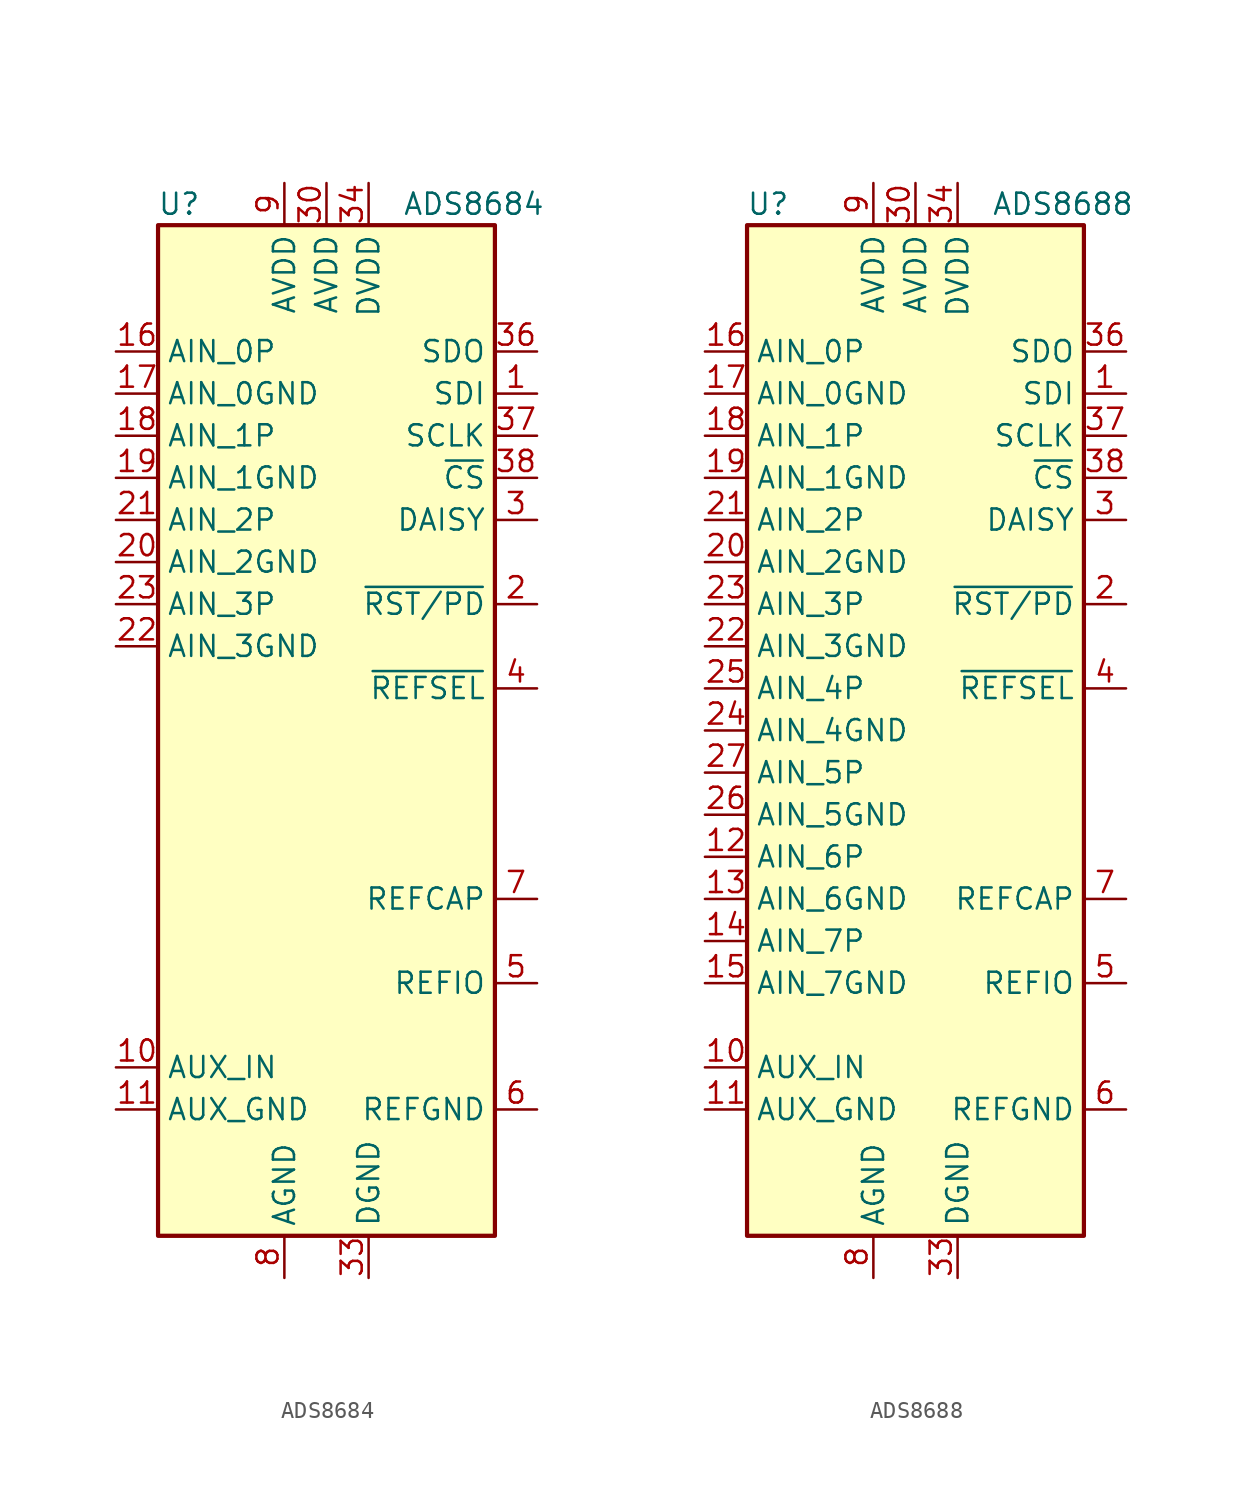
<source format=kicad_sym>
(kicad_symbol_lib
  (version 20200908)
  (generator kicad_symbol_editor)
  (symbol "Analog_ADC:ADS8684"
    (property "Reference" "U"
      (at -8.89 31.75 0)
      (effects (font (size 1.27 1.27))))
    (property "Value" "ADS8684"
      (at 8.89 31.75 0)
      (effects (font (size 1.27 1.27))))
    (symbol "ADS8684_0_1"
      (rectangle (start -10.16 30.48) (end 10.16 -30.48) (stroke (width 0.254)) (fill (type background))))
    (symbol "ADS8684_1_1"
      (pin input line (at 12.7 20.32 180) (length 2.54) (name "SDI" (effects (font (size 1.27 1.27)))) (number "1" (effects (font (size 1.27 1.27)))))
      (pin input line (at -12.7 -20.32 0) (length 2.54) (name "AUX_IN" (effects (font (size 1.27 1.27)))) (number "10" (effects (font (size 1.27 1.27)))))
      (pin input line (at -12.7 -22.86 0) (length 2.54) (name "AUX_GND" (effects (font (size 1.27 1.27)))) (number "11" (effects (font (size 1.27 1.27)))))
      (pin unconnected line (at -10.16 -7.62 0) (length 2.54) hide (name "NC" (effects (font (size 1.27 1.27)))) (number "12" (effects (font (size 1.27 1.27)))))
      (pin unconnected line (at -10.16 -10.16 0) (length 2.54) hide (name "NC" (effects (font (size 1.27 1.27)))) (number "13" (effects (font (size 1.27 1.27)))))
      (pin unconnected line (at -10.16 -12.7 0) (length 2.54) hide (name "NC" (effects (font (size 1.27 1.27)))) (number "14" (effects (font (size 1.27 1.27)))))
      (pin unconnected line (at -10.16 -15.24 0) (length 2.54) hide (name "NC" (effects (font (size 1.27 1.27)))) (number "15" (effects (font (size 1.27 1.27)))))
      (pin input line (at -12.7 22.86 0) (length 2.54) (name "AIN_0P" (effects (font (size 1.27 1.27)))) (number "16" (effects (font (size 1.27 1.27)))))
      (pin input line (at -12.7 20.32 0) (length 2.54) (name "AIN_0GND" (effects (font (size 1.27 1.27)))) (number "17" (effects (font (size 1.27 1.27)))))
      (pin input line (at -12.7 17.78 0) (length 2.54) (name "AIN_1P" (effects (font (size 1.27 1.27)))) (number "18" (effects (font (size 1.27 1.27)))))
      (pin input line (at -12.7 15.24 0) (length 2.54) (name "AIN_1GND" (effects (font (size 1.27 1.27)))) (number "19" (effects (font (size 1.27 1.27)))))
      (pin input line (at 12.7 7.62 180) (length 2.54) (name "~RST/PD" (effects (font (size 1.27 1.27)))) (number "2" (effects (font (size 1.27 1.27)))))
      (pin input line (at -12.7 10.16 0) (length 2.54) (name "AIN_2GND" (effects (font (size 1.27 1.27)))) (number "20" (effects (font (size 1.27 1.27)))))
      (pin input line (at -12.7 12.7 0) (length 2.54) (name "AIN_2P" (effects (font (size 1.27 1.27)))) (number "21" (effects (font (size 1.27 1.27)))))
      (pin input line (at -12.7 5.08 0) (length 2.54) (name "AIN_3GND" (effects (font (size 1.27 1.27)))) (number "22" (effects (font (size 1.27 1.27)))))
      (pin input line (at -12.7 7.62 0) (length 2.54) (name "AIN_3P" (effects (font (size 1.27 1.27)))) (number "23" (effects (font (size 1.27 1.27)))))
      (pin unconnected line (at -10.16 0 0) (length 2.54) hide (name "NC" (effects (font (size 1.27 1.27)))) (number "24" (effects (font (size 1.27 1.27)))))
      (pin unconnected line (at -10.16 2.54 0) (length 2.54) hide (name "NC" (effects (font (size 1.27 1.27)))) (number "25" (effects (font (size 1.27 1.27)))))
      (pin unconnected line (at -10.16 -5.08 0) (length 2.54) hide (name "NC" (effects (font (size 1.27 1.27)))) (number "26" (effects (font (size 1.27 1.27)))))
      (pin unconnected line (at -10.16 -2.54 0) (length 2.54) hide (name "NC" (effects (font (size 1.27 1.27)))) (number "27" (effects (font (size 1.27 1.27)))))
      (pin passive line (at -2.54 -33.02 90) (length 2.54) hide (name "AGND" (effects (font (size 1.27 1.27)))) (number "28" (effects (font (size 1.27 1.27)))))
      (pin passive line (at -2.54 -33.02 90) (length 2.54) hide (name "AGND" (effects (font (size 1.27 1.27)))) (number "29" (effects (font (size 1.27 1.27)))))
      (pin input line (at 12.7 12.7 180) (length 2.54) (name "DAISY" (effects (font (size 1.27 1.27)))) (number "3" (effects (font (size 1.27 1.27)))))
      (pin power_in line (at 0 33.02 270) (length 2.54) (name "AVDD" (effects (font (size 1.27 1.27)))) (number "30" (effects (font (size 1.27 1.27)))))
      (pin passive line (at -2.54 -33.02 90) (length 2.54) hide (name "AGND" (effects (font (size 1.27 1.27)))) (number "31" (effects (font (size 1.27 1.27)))))
      (pin passive line (at -2.54 -33.02 90) (length 2.54) hide (name "AGND" (effects (font (size 1.27 1.27)))) (number "32" (effects (font (size 1.27 1.27)))))
      (pin power_in line (at 2.54 -33.02 90) (length 2.54) (name "DGND" (effects (font (size 1.27 1.27)))) (number "33" (effects (font (size 1.27 1.27)))))
      (pin power_in line (at 2.54 33.02 270) (length 2.54) (name "DVDD" (effects (font (size 1.27 1.27)))) (number "34" (effects (font (size 1.27 1.27)))))
      (pin unconnected line (at 10.16 -5.08 180) (length 2.54) hide (name "DNC" (effects (font (size 1.27 1.27)))) (number "35" (effects (font (size 1.27 1.27)))))
      (pin output line (at 12.7 22.86 180) (length 2.54) (name "SDO" (effects (font (size 1.27 1.27)))) (number "36" (effects (font (size 1.27 1.27)))))
      (pin input line (at 12.7 17.78 180) (length 2.54) (name "SCLK" (effects (font (size 1.27 1.27)))) (number "37" (effects (font (size 1.27 1.27)))))
      (pin input line (at 12.7 15.24 180) (length 2.54) (name "~CS" (effects (font (size 1.27 1.27)))) (number "38" (effects (font (size 1.27 1.27)))))
      (pin input line (at 12.7 2.54 180) (length 2.54) (name "~REFSEL" (effects (font (size 1.27 1.27)))) (number "4" (effects (font (size 1.27 1.27)))))
      (pin passive line (at 12.7 -15.24 180) (length 2.54) (name "REFIO" (effects (font (size 1.27 1.27)))) (number "5" (effects (font (size 1.27 1.27)))))
      (pin power_in line (at 12.7 -22.86 180) (length 2.54) (name "REFGND" (effects (font (size 1.27 1.27)))) (number "6" (effects (font (size 1.27 1.27)))))
      (pin passive line (at 12.7 -10.16 180) (length 2.54) (name "REFCAP" (effects (font (size 1.27 1.27)))) (number "7" (effects (font (size 1.27 1.27)))))
      (pin power_in line (at -2.54 -33.02 90) (length 2.54) (name "AGND" (effects (font (size 1.27 1.27)))) (number "8" (effects (font (size 1.27 1.27)))))
      (pin power_in line (at -2.54 33.02 270) (length 2.54) (name "AVDD" (effects (font (size 1.27 1.27)))) (number "9" (effects (font (size 1.27 1.27)))))))
  (symbol "Analog_ADC:ADS8688"
    (property "Reference" "U"
      (at -8.89 31.75 0)
      (effects (font (size 1.27 1.27))))
    (property "Value" "ADS8688"
      (at 8.89 31.75 0)
      (effects (font (size 1.27 1.27))))
    (symbol "ADS8688_0_1"
      (rectangle (start -10.16 30.48) (end 10.16 -30.48) (stroke (width 0.254)) (fill (type background))))
    (symbol "ADS8688_1_1"
      (pin input line (at 12.7 20.32 180) (length 2.54) (name "SDI" (effects (font (size 1.27 1.27)))) (number "1" (effects (font (size 1.27 1.27)))))
      (pin input line (at -12.7 -20.32 0) (length 2.54) (name "AUX_IN" (effects (font (size 1.27 1.27)))) (number "10" (effects (font (size 1.27 1.27)))))
      (pin input line (at -12.7 -22.86 0) (length 2.54) (name "AUX_GND" (effects (font (size 1.27 1.27)))) (number "11" (effects (font (size 1.27 1.27)))))
      (pin input line (at -12.7 -7.62 0) (length 2.54) (name "AIN_6P" (effects (font (size 1.27 1.27)))) (number "12" (effects (font (size 1.27 1.27)))))
      (pin input line (at -12.7 -10.16 0) (length 2.54) (name "AIN_6GND" (effects (font (size 1.27 1.27)))) (number "13" (effects (font (size 1.27 1.27)))))
      (pin input line (at -12.7 -12.7 0) (length 2.54) (name "AIN_7P" (effects (font (size 1.27 1.27)))) (number "14" (effects (font (size 1.27 1.27)))))
      (pin input line (at -12.7 -15.24 0) (length 2.54) (name "AIN_7GND" (effects (font (size 1.27 1.27)))) (number "15" (effects (font (size 1.27 1.27)))))
      (pin input line (at -12.7 22.86 0) (length 2.54) (name "AIN_0P" (effects (font (size 1.27 1.27)))) (number "16" (effects (font (size 1.27 1.27)))))
      (pin input line (at -12.7 20.32 0) (length 2.54) (name "AIN_0GND" (effects (font (size 1.27 1.27)))) (number "17" (effects (font (size 1.27 1.27)))))
      (pin input line (at -12.7 17.78 0) (length 2.54) (name "AIN_1P" (effects (font (size 1.27 1.27)))) (number "18" (effects (font (size 1.27 1.27)))))
      (pin input line (at -12.7 15.24 0) (length 2.54) (name "AIN_1GND" (effects (font (size 1.27 1.27)))) (number "19" (effects (font (size 1.27 1.27)))))
      (pin input line (at 12.7 7.62 180) (length 2.54) (name "~RST/PD" (effects (font (size 1.27 1.27)))) (number "2" (effects (font (size 1.27 1.27)))))
      (pin input line (at -12.7 10.16 0) (length 2.54) (name "AIN_2GND" (effects (font (size 1.27 1.27)))) (number "20" (effects (font (size 1.27 1.27)))))
      (pin input line (at -12.7 12.7 0) (length 2.54) (name "AIN_2P" (effects (font (size 1.27 1.27)))) (number "21" (effects (font (size 1.27 1.27)))))
      (pin input line (at -12.7 5.08 0) (length 2.54) (name "AIN_3GND" (effects (font (size 1.27 1.27)))) (number "22" (effects (font (size 1.27 1.27)))))
      (pin input line (at -12.7 7.62 0) (length 2.54) (name "AIN_3P" (effects (font (size 1.27 1.27)))) (number "23" (effects (font (size 1.27 1.27)))))
      (pin input line (at -12.7 0 0) (length 2.54) (name "AIN_4GND" (effects (font (size 1.27 1.27)))) (number "24" (effects (font (size 1.27 1.27)))))
      (pin input line (at -12.7 2.54 0) (length 2.54) (name "AIN_4P" (effects (font (size 1.27 1.27)))) (number "25" (effects (font (size 1.27 1.27)))))
      (pin input line (at -12.7 -5.08 0) (length 2.54) (name "AIN_5GND" (effects (font (size 1.27 1.27)))) (number "26" (effects (font (size 1.27 1.27)))))
      (pin input line (at -12.7 -2.54 0) (length 2.54) (name "AIN_5P" (effects (font (size 1.27 1.27)))) (number "27" (effects (font (size 1.27 1.27)))))
      (pin passive line (at -2.54 -33.02 90) (length 2.54) hide (name "AGND" (effects (font (size 1.27 1.27)))) (number "28" (effects (font (size 1.27 1.27)))))
      (pin passive line (at -2.54 -33.02 90) (length 2.54) hide (name "AGND" (effects (font (size 1.27 1.27)))) (number "29" (effects (font (size 1.27 1.27)))))
      (pin input line (at 12.7 12.7 180) (length 2.54) (name "DAISY" (effects (font (size 1.27 1.27)))) (number "3" (effects (font (size 1.27 1.27)))))
      (pin power_in line (at 0 33.02 270) (length 2.54) (name "AVDD" (effects (font (size 1.27 1.27)))) (number "30" (effects (font (size 1.27 1.27)))))
      (pin passive line (at -2.54 -33.02 90) (length 2.54) hide (name "AGND" (effects (font (size 1.27 1.27)))) (number "31" (effects (font (size 1.27 1.27)))))
      (pin passive line (at -2.54 -33.02 90) (length 2.54) hide (name "AGND" (effects (font (size 1.27 1.27)))) (number "32" (effects (font (size 1.27 1.27)))))
      (pin power_in line (at 2.54 -33.02 90) (length 2.54) (name "DGND" (effects (font (size 1.27 1.27)))) (number "33" (effects (font (size 1.27 1.27)))))
      (pin power_in line (at 2.54 33.02 270) (length 2.54) (name "DVDD" (effects (font (size 1.27 1.27)))) (number "34" (effects (font (size 1.27 1.27)))))
      (pin unconnected line (at 10.16 -5.08 180) (length 2.54) hide (name "DNC" (effects (font (size 1.27 1.27)))) (number "35" (effects (font (size 1.27 1.27)))))
      (pin output line (at 12.7 22.86 180) (length 2.54) (name "SDO" (effects (font (size 1.27 1.27)))) (number "36" (effects (font (size 1.27 1.27)))))
      (pin input line (at 12.7 17.78 180) (length 2.54) (name "SCLK" (effects (font (size 1.27 1.27)))) (number "37" (effects (font (size 1.27 1.27)))))
      (pin input line (at 12.7 15.24 180) (length 2.54) (name "~CS" (effects (font (size 1.27 1.27)))) (number "38" (effects (font (size 1.27 1.27)))))
      (pin input line (at 12.7 2.54 180) (length 2.54) (name "~REFSEL" (effects (font (size 1.27 1.27)))) (number "4" (effects (font (size 1.27 1.27)))))
      (pin passive line (at 12.7 -15.24 180) (length 2.54) (name "REFIO" (effects (font (size 1.27 1.27)))) (number "5" (effects (font (size 1.27 1.27)))))
      (pin power_in line (at 12.7 -22.86 180) (length 2.54) (name "REFGND" (effects (font (size 1.27 1.27)))) (number "6" (effects (font (size 1.27 1.27)))))
      (pin passive line (at 12.7 -10.16 180) (length 2.54) (name "REFCAP" (effects (font (size 1.27 1.27)))) (number "7" (effects (font (size 1.27 1.27)))))
      (pin power_in line (at -2.54 -33.02 90) (length 2.54) (name "AGND" (effects (font (size 1.27 1.27)))) (number "8" (effects (font (size 1.27 1.27)))))
      (pin power_in line (at -2.54 33.02 270) (length 2.54) (name "AVDD" (effects (font (size 1.27 1.27)))) (number "9" (effects (font (size 1.27 1.27))))))))
</source>
